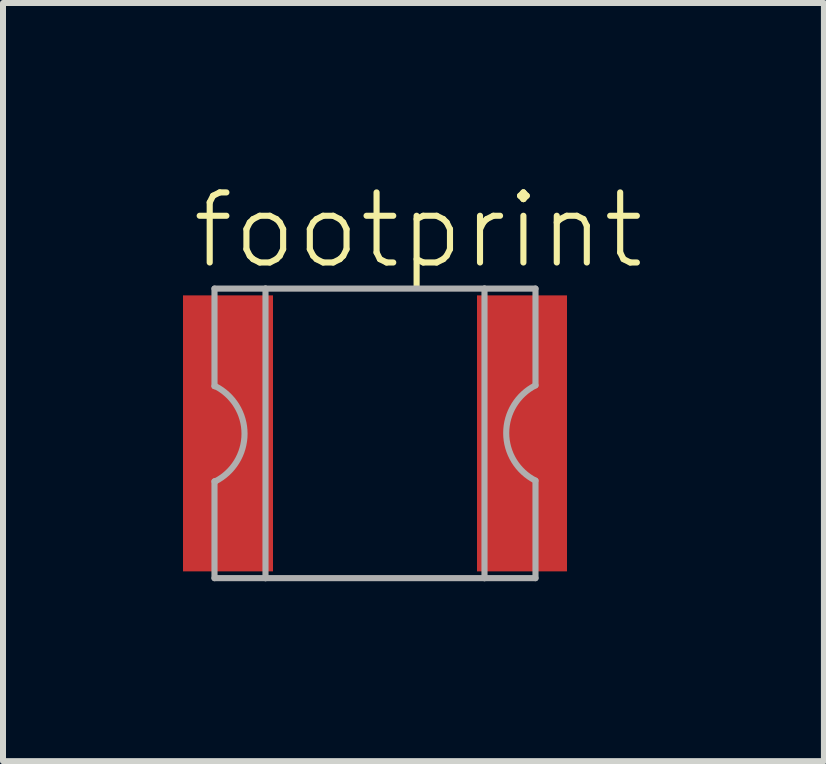
<source format=kicad_pcb>
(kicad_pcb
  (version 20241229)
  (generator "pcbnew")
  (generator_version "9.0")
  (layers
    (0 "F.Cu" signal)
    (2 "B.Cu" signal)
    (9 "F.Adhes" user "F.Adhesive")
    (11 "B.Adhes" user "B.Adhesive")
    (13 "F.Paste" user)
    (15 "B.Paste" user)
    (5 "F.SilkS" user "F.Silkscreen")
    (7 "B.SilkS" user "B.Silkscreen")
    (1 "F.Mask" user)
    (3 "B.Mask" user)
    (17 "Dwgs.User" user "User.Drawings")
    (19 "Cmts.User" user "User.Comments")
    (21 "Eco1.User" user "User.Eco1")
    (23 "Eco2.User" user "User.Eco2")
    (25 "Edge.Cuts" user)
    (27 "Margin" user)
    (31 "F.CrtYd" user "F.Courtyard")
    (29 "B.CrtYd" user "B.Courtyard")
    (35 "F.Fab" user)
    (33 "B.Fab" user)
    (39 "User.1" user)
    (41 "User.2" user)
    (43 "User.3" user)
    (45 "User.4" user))
  (footprint "footprint"
    (layer "F.Cu")
    (at 3.2 4.173)
    (property "Reference" "footprint" (at -3.1 -2.7 0) (layer "F.SilkS") (effects (font (size 1.168 1.168) (thickness 0.102)) (justify left bottom)))
    (fp_line (start -2.675 -2.413) (end -1.825 -2.413) (stroke (width 0.102) (type solid)) (layer "F.Fab"))
    (fp_line (start -2.675 -0.787) (end -2.675 -2.413) (stroke (width 0.102) (type solid)) (layer "F.Fab"))
    (fp_line (start -2.675 0.8) (end -2.663 0.8) (stroke (width 0.102) (type solid)) (layer "F.Fab"))
    (fp_line (start -2.675 2.413) (end -2.675 0.8) (stroke (width 0.102) (type solid)) (layer "F.Fab"))
    (fp_line (start -2.663 -0.787) (end -2.675 -0.787) (stroke (width 0.102) (type solid)) (layer "F.Fab"))
    (fp_line (start -1.825 -2.413) (end 1.825 -2.413) (stroke (width 0.102) (type solid)) (layer "F.Fab"))
    (fp_line (start -1.825 2.413) (end -2.675 2.413) (stroke (width 0.102) (type solid)) (layer "F.Fab"))
    (fp_line (start -1.825 2.413) (end -1.825 -2.413) (stroke (width 0.102) (type solid)) (layer "F.Fab"))
    (fp_line (start 1.825 -2.413) (end 1.825 2.413) (stroke (width 0.102) (type solid)) (layer "F.Fab"))
    (fp_line (start 1.825 -2.413) (end 2.675 -2.413) (stroke (width 0.102) (type solid)) (layer "F.Fab"))
    (fp_line (start 1.825 2.413) (end -1.825 2.413) (stroke (width 0.102) (type solid)) (layer "F.Fab"))
    (fp_line (start 2.675 -2.413) (end 2.675 -0.8) (stroke (width 0.102) (type solid)) (layer "F.Fab"))
    (fp_line (start 2.675 0.787) (end 2.675 2.413) (stroke (width 0.102) (type solid)) (layer "F.Fab"))
    (fp_line (start 2.675 2.413) (end 1.825 2.413) (stroke (width 0.102) (type solid)) (layer "F.Fab"))
    (fp_arc (start -2.662499 -0.787499) (mid -2.174452 0.006251) (end -2.6625 0.8) (stroke (width 0.1016) (type solid)) (layer "F.Fab"))
    (fp_arc (start 2.674999 0.787499) (mid 2.186952 -0.006251) (end 2.675 -0.8) (stroke (width 0.1016) (type solid)) (layer "F.Fab"))
    (pad "1" smd rect (at -2.45 0) (size 1.5 4.6) (layers "F.Cu" "F.Mask" "F.Paste"))
    (pad "2" smd rect (at 2.45 0) (size 1.5 4.6) (layers "F.Cu" "F.Mask" "F.Paste")))
  (gr_rect
    (start -3 -3)
    (end 10.682 9.636)
    (stroke (width 0.1) (type default))
    (fill no)
    (layer "Edge.Cuts")))
</source>
